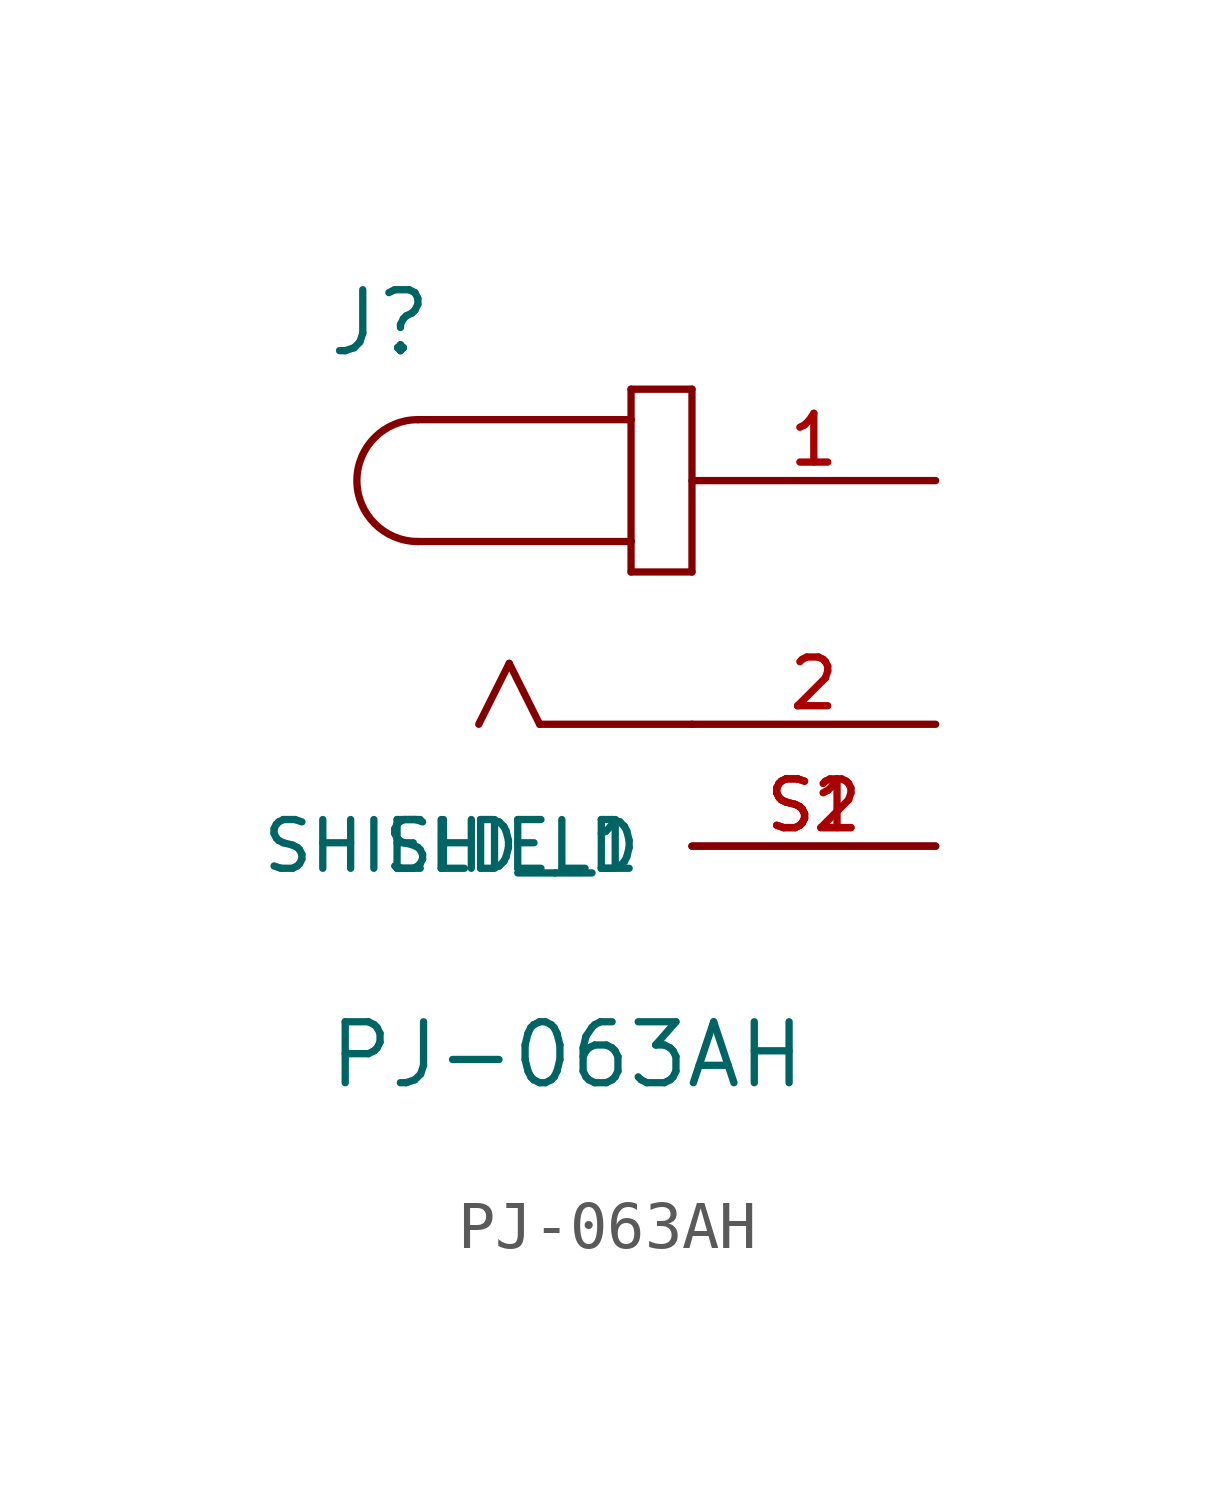
<source format=kicad_sym>
(kicad_symbol_lib
  (version 20241209)
  (generator "kicad_symbol_editor")
  (generator_version "9.0")
  (symbol "PJ-063AH"
    (pin_names
      (offset 1.016))
    (property "Reference" "J"
      (at -7.628 5.085 0)
      (effects (font (size 1.27 1.27)) (justify left bottom)))
    (property "Value" "PJ-063AH"
      (at -7.631 -10.175 0)
      (effects (font (size 1.27 1.27)) (justify left bottom)))
    (symbol "PJ-063AH_0_0"
      (polyline (pts (xy -5.715 3.81) (xy -1.27 3.81)) (stroke (width 0.152) (type default)) (fill (type none)))
      (arc (start -5.715 1.27) (mid -6.9794 2.54) (end -5.715 3.81) (stroke (width 0.1524) (type default)) (fill (type none)))
      (polyline (pts (xy -3.81 -1.27) (xy -4.445 -2.54)) (stroke (width 0.152) (type default)) (fill (type none)))
      (polyline (pts (xy -3.175 -2.54) (xy -3.81 -1.27)) (stroke (width 0.152) (type default)) (fill (type none)))
      (polyline (pts (xy -1.27 4.445) (xy -1.27 3.81)) (stroke (width 0.152) (type default)) (fill (type none)))
      (polyline (pts (xy -1.27 3.81) (xy -1.27 1.27)) (stroke (width 0.152) (type default)) (fill (type none)))
      (polyline (pts (xy -1.27 1.27) (xy -5.715 1.27)) (stroke (width 0.152) (type default)) (fill (type none)))
      (polyline (pts (xy -1.27 1.27) (xy -1.27 0.635)) (stroke (width 0.152) (type default)) (fill (type none)))
      (polyline (pts (xy -1.27 0.635) (xy 0 0.635)) (stroke (width 0.152) (type default)) (fill (type none)))
      (polyline (pts (xy 0 4.445) (xy -1.27 4.445)) (stroke (width 0.152) (type default)) (fill (type none)))
      (polyline (pts (xy 0 0.635) (xy 0 4.445)) (stroke (width 0.152) (type default)) (fill (type none)))
      (polyline (pts (xy 0 -2.54) (xy -3.175 -2.54)) (stroke (width 0.152) (type default)) (fill (type none)))
      (pin passive line (at 5.08 2.54 180) (length 5.08) (name "~" (effects (font (size 1.016 1.016)))) (number "1" (effects (font (size 1.016 1.016)))))
      (pin passive line (at 5.08 -2.54 180) (length 5.08) (name "~" (effects (font (size 1.016 1.016)))) (number "2" (effects (font (size 1.016 1.016)))))
      (pin power_in line (at 5.08 -5.08 180) (length 5.08) (name "SHIELD" (effects (font (size 1.016 1.016)))) (number "S1" (effects (font (size 1.016 1.016)))))
      (pin power_in line (at 5.08 -5.08 180) (length 5.08) (name "SHIELD__1" (effects (font (size 1.016 1.016)))) (number "S2" (effects (font (size 1.016 1.016))))))))
</source>
